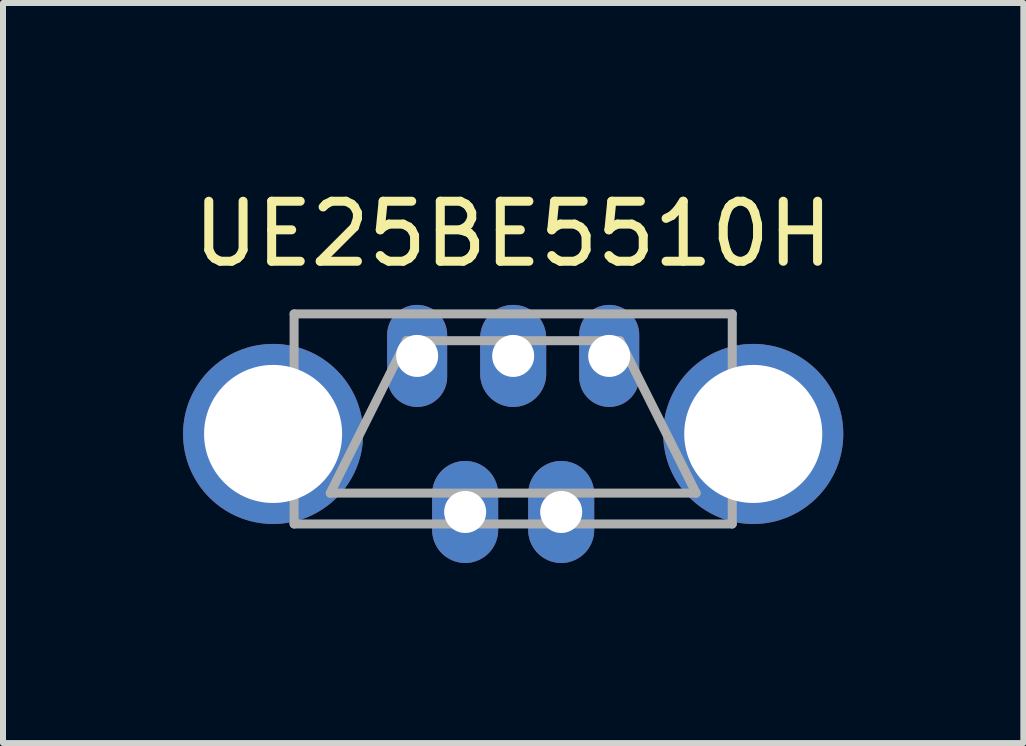
<source format=kicad_pcb>
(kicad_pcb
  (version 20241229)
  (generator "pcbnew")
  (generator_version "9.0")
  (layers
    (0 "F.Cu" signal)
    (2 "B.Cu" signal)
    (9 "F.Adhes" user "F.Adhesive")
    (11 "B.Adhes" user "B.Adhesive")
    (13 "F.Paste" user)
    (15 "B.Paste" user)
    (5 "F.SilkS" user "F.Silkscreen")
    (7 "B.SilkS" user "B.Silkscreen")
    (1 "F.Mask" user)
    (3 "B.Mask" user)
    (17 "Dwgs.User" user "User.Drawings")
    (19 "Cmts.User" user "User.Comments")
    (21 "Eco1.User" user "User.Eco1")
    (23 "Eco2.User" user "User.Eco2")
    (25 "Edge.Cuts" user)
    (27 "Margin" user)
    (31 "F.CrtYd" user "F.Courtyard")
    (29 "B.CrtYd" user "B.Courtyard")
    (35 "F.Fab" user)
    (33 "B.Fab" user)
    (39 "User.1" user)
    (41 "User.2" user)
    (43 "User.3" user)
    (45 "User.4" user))
  (footprint "UE25BE5510H"
    (layer "F.Cu")
    (at 5.5 2.88)
    (property "Reference" "UE25BE5510H" (at 0 -2.032 0) (layer "F.SilkS") (effects (font (size 1 1) (thickness 0.15))))
    (attr through_hole)
    (fp_line (start -3.65 -0.7) (end -3.65 2.8) (stroke (width 0.15) (type solid)) (layer "F.Fab"))
    (fp_line (start -3.65 -0.7) (end 3.65 -0.7) (stroke (width 0.15) (type solid)) (layer "F.Fab"))
    (fp_line (start -3.65 2.8) (end 3.65 2.8) (stroke (width 0.15) (type solid)) (layer "F.Fab"))
    (fp_line (start -3.048 2.286) (end -1.778 -0.254) (stroke (width 0.15) (type solid)) (layer "F.Fab"))
    (fp_line (start -1.778 -0.254) (end 1.778 -0.254) (stroke (width 0.15) (type solid)) (layer "F.Fab"))
    (fp_line (start 1.778 -0.254) (end 3.048 2.286) (stroke (width 0.15) (type solid)) (layer "F.Fab"))
    (fp_line (start 3.048 2.286) (end -3.048 2.286) (stroke (width 0.15) (type solid)) (layer "F.Fab"))
    (fp_line (start 3.65 -0.7) (end 3.65 2.8) (stroke (width 0.15) (type solid)) (layer "F.Fab"))
    (pad "1" thru_hole oval (at 1.6 0) (size 1 1.7) (drill 0.7) (layers "*.Cu" "*.Mask"))
    (pad "2" thru_hole oval (at 0.8 2.6) (size 1.1 1.7) (drill 0.7) (layers "*.Cu" "*.Mask"))
    (pad "3" thru_hole oval (at 0 0) (size 1.1 1.7) (drill 0.7) (layers "*.Cu" "*.Mask"))
    (pad "4" thru_hole oval (at -0.8 2.6) (size 1.1 1.7) (drill 0.7) (layers "*.Cu" "*.Mask"))
    (pad "5" thru_hole oval (at -1.6 0) (size 1 1.7) (drill 0.7) (layers "*.Cu" "*.Mask"))
    (pad "6" thru_hole circle (at -4 1.3) (size 3 3) (drill 2.3) (layers "*.Cu" "*.Mask"))
    (pad "6" thru_hole circle (at 4 1.3) (size 3 3) (drill 2.3) (layers "*.Cu" "*.Mask")))
  (gr_rect
    (start -3 -3)
    (end 14 9.33)
    (stroke (width 0.1) (type default))
    (fill no)
    (layer "Edge.Cuts")))
</source>
